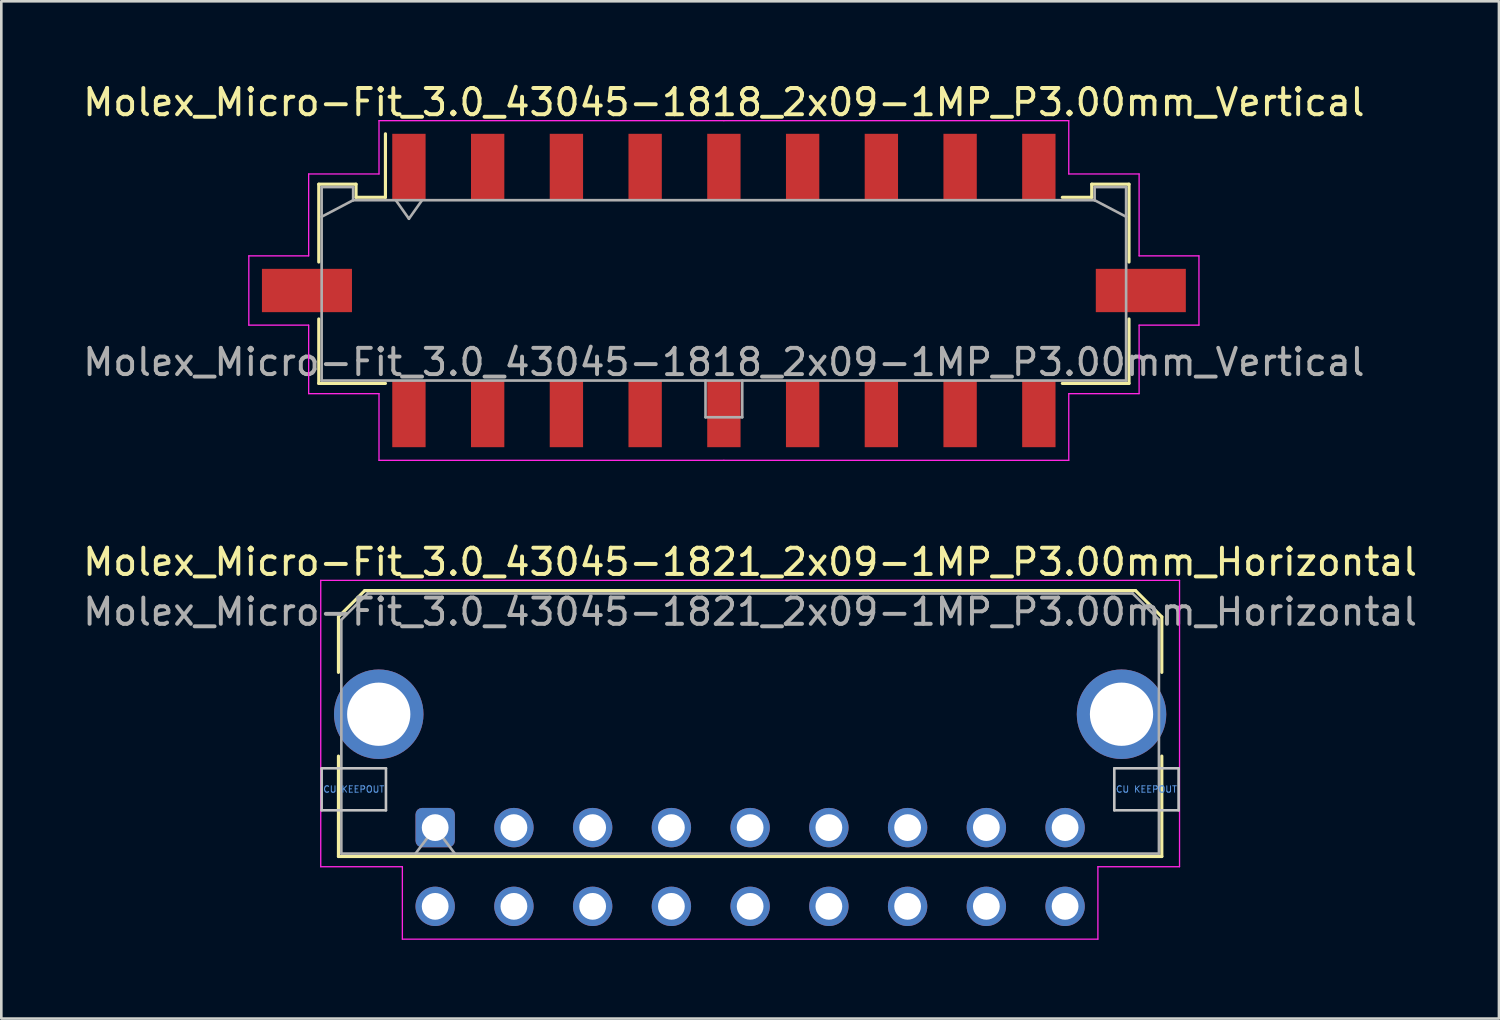
<source format=kicad_pcb>
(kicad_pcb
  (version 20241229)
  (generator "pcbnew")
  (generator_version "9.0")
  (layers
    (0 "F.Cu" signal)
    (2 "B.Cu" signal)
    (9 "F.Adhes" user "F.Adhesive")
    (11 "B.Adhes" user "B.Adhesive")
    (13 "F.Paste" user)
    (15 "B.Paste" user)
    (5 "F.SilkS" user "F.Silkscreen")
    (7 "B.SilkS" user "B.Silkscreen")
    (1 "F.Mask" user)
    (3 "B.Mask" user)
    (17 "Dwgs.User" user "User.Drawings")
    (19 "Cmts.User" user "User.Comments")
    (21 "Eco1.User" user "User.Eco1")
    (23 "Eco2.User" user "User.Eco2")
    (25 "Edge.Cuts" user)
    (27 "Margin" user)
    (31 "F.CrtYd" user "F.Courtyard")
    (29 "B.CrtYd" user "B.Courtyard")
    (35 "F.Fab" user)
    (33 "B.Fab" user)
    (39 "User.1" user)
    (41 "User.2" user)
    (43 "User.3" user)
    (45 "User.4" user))
  (footprint "Molex_Micro-Fit_3.0_43045-1818_2x09-1MP_P3.00mm_Vertical"
    (layer "F.Cu")
    (at 24.53 8.018)
    (property "Reference" "Molex_Micro-Fit_3.0_43045-1818_2x09-1MP_P3.00mm_Vertical" (at 0 -7.17 0) (layer "F.SilkS") (effects (font (size 1 1) (thickness 0.15))))
    (attr smd)
    (fp_line (start -15.435 -4.05) (end -14.015 -4.05) (stroke (width 0.12) (type solid)) (layer "F.SilkS"))
    (fp_line (start -15.435 -1.085) (end -15.435 -4.05) (stroke (width 0.12) (type solid)) (layer "F.SilkS"))
    (fp_line (start -15.435 1.085) (end -15.435 3.54) (stroke (width 0.12) (type solid)) (layer "F.SilkS"))
    (fp_line (start -15.435 3.54) (end -12.895 3.54) (stroke (width 0.12) (type solid)) (layer "F.SilkS"))
    (fp_line (start -14.015 -4.05) (end -14.015 -3.55) (stroke (width 0.12) (type solid)) (layer "F.SilkS"))
    (fp_line (start -14.015 -3.55) (end -12.895 -3.55) (stroke (width 0.12) (type solid)) (layer "F.SilkS"))
    (fp_line (start -12.895 -3.55) (end -12.895 -5.97) (stroke (width 0.12) (type solid)) (layer "F.SilkS"))
    (fp_line (start 14.015 -4.05) (end 14.015 -3.55) (stroke (width 0.12) (type solid)) (layer "F.SilkS"))
    (fp_line (start 14.015 -3.55) (end 12.895 -3.55) (stroke (width 0.12) (type solid)) (layer "F.SilkS"))
    (fp_line (start 15.435 -4.05) (end 14.015 -4.05) (stroke (width 0.12) (type solid)) (layer "F.SilkS"))
    (fp_line (start 15.435 -1.085) (end 15.435 -4.05) (stroke (width 0.12) (type solid)) (layer "F.SilkS"))
    (fp_line (start 15.435 1.085) (end 15.435 3.54) (stroke (width 0.12) (type solid)) (layer "F.SilkS"))
    (fp_line (start 15.435 3.54) (end 12.895 3.54) (stroke (width 0.12) (type solid)) (layer "F.SilkS"))
    (fp_line (start -18.1 -1.32) (end -18.1 1.32) (stroke (width 0.05) (type solid)) (layer "F.CrtYd"))
    (fp_line (start -18.1 1.32) (end -15.82 1.32) (stroke (width 0.05) (type solid)) (layer "F.CrtYd"))
    (fp_line (start -15.82 -4.44) (end -15.82 -1.32) (stroke (width 0.05) (type solid)) (layer "F.CrtYd"))
    (fp_line (start -15.82 -1.32) (end -18.1 -1.32) (stroke (width 0.05) (type solid)) (layer "F.CrtYd"))
    (fp_line (start -15.82 1.32) (end -15.82 3.93) (stroke (width 0.05) (type solid)) (layer "F.CrtYd"))
    (fp_line (start -15.82 3.93) (end -13.14 3.93) (stroke (width 0.05) (type solid)) (layer "F.CrtYd"))
    (fp_line (start -13.14 -6.47) (end -13.14 -4.44) (stroke (width 0.05) (type solid)) (layer "F.CrtYd"))
    (fp_line (start -13.14 -4.44) (end -15.82 -4.44) (stroke (width 0.05) (type solid)) (layer "F.CrtYd"))
    (fp_line (start -13.14 3.93) (end -13.14 6.47) (stroke (width 0.05) (type solid)) (layer "F.CrtYd"))
    (fp_line (start -13.14 6.47) (end 0 6.47) (stroke (width 0.05) (type solid)) (layer "F.CrtYd"))
    (fp_line (start 0 -6.47) (end -13.14 -6.47) (stroke (width 0.05) (type solid)) (layer "F.CrtYd"))
    (fp_line (start 0 -6.47) (end 13.14 -6.47) (stroke (width 0.05) (type solid)) (layer "F.CrtYd"))
    (fp_line (start 13.14 -6.47) (end 13.14 -4.44) (stroke (width 0.05) (type solid)) (layer "F.CrtYd"))
    (fp_line (start 13.14 -4.44) (end 15.82 -4.44) (stroke (width 0.05) (type solid)) (layer "F.CrtYd"))
    (fp_line (start 13.14 3.93) (end 13.14 6.47) (stroke (width 0.05) (type solid)) (layer "F.CrtYd"))
    (fp_line (start 13.14 6.47) (end 0 6.47) (stroke (width 0.05) (type solid)) (layer "F.CrtYd"))
    (fp_line (start 15.82 -4.44) (end 15.82 -1.32) (stroke (width 0.05) (type solid)) (layer "F.CrtYd"))
    (fp_line (start 15.82 -1.32) (end 18.1 -1.32) (stroke (width 0.05) (type solid)) (layer "F.CrtYd"))
    (fp_line (start 15.82 1.32) (end 15.82 3.93) (stroke (width 0.05) (type solid)) (layer "F.CrtYd"))
    (fp_line (start 15.82 3.93) (end 13.14 3.93) (stroke (width 0.05) (type solid)) (layer "F.CrtYd"))
    (fp_line (start 18.1 -1.32) (end 18.1 1.32) (stroke (width 0.05) (type solid)) (layer "F.CrtYd"))
    (fp_line (start 18.1 1.32) (end 15.82 1.32) (stroke (width 0.05) (type solid)) (layer "F.CrtYd"))
    (fp_line (start -15.325 -3.94) (end -15.325 3.43) (stroke (width 0.1) (type solid)) (layer "F.Fab"))
    (fp_line (start -15.325 -2.81) (end -14.125 -3.44) (stroke (width 0.1) (type solid)) (layer "F.Fab"))
    (fp_line (start -15.325 3.43) (end 15.325 3.43) (stroke (width 0.1) (type solid)) (layer "F.Fab"))
    (fp_line (start -14.125 -3.94) (end -15.325 -3.94) (stroke (width 0.1) (type solid)) (layer "F.Fab"))
    (fp_line (start -14.125 -3.44) (end -14.125 -3.94) (stroke (width 0.1) (type solid)) (layer "F.Fab"))
    (fp_line (start -12.5 -3.44) (end -12 -2.733) (stroke (width 0.1) (type solid)) (layer "F.Fab"))
    (fp_line (start -12 -2.733) (end -11.5 -3.44) (stroke (width 0.1) (type solid)) (layer "F.Fab"))
    (fp_line (start -0.7 3.43) (end -0.7 4.83) (stroke (width 0.1) (type solid)) (layer "F.Fab"))
    (fp_line (start -0.7 4.83) (end 0.7 4.83) (stroke (width 0.1) (type solid)) (layer "F.Fab"))
    (fp_line (start 0.7 4.83) (end 0.7 3.43) (stroke (width 0.1) (type solid)) (layer "F.Fab"))
    (fp_line (start 14.125 -3.94) (end 14.125 -3.44) (stroke (width 0.1) (type solid)) (layer "F.Fab"))
    (fp_line (start 14.125 -3.44) (end -14.125 -3.44) (stroke (width 0.1) (type solid)) (layer "F.Fab"))
    (fp_line (start 15.325 -3.94) (end 14.125 -3.94) (stroke (width 0.1) (type solid)) (layer "F.Fab"))
    (fp_line (start 15.325 -2.81) (end 14.125 -3.44) (stroke (width 0.1) (type solid)) (layer "F.Fab"))
    (fp_line (start 15.325 3.43) (end 15.325 -3.94) (stroke (width 0.1) (type solid)) (layer "F.Fab"))
    (fp_text user "${REFERENCE}" (at 0 2.73 0) (layer "F.Fab") (effects (font (size 1 1) (thickness 0.15))))
    (pad "1" smd rect (at -12 -4.7) (size 1.27 2.54) (layers "F.Cu" "F.Mask" "F.Paste"))
    (pad "2" smd rect (at -9 -4.7) (size 1.27 2.54) (layers "F.Cu" "F.Mask" "F.Paste"))
    (pad "3" smd rect (at -6 -4.7) (size 1.27 2.54) (layers "F.Cu" "F.Mask" "F.Paste"))
    (pad "4" smd rect (at -3 -4.7) (size 1.27 2.54) (layers "F.Cu" "F.Mask" "F.Paste"))
    (pad "5" smd rect (at 0 -4.7) (size 1.27 2.54) (layers "F.Cu" "F.Mask" "F.Paste"))
    (pad "6" smd rect (at 3 -4.7) (size 1.27 2.54) (layers "F.Cu" "F.Mask" "F.Paste"))
    (pad "7" smd rect (at 6 -4.7) (size 1.27 2.54) (layers "F.Cu" "F.Mask" "F.Paste"))
    (pad "8" smd rect (at 9 -4.7) (size 1.27 2.54) (layers "F.Cu" "F.Mask" "F.Paste"))
    (pad "9" smd rect (at 12 -4.7) (size 1.27 2.54) (layers "F.Cu" "F.Mask" "F.Paste"))
    (pad "10" smd rect (at -12 4.7) (size 1.27 2.54) (layers "F.Cu" "F.Mask" "F.Paste"))
    (pad "11" smd rect (at -9 4.7) (size 1.27 2.54) (layers "F.Cu" "F.Mask" "F.Paste"))
    (pad "12" smd rect (at -6 4.7) (size 1.27 2.54) (layers "F.Cu" "F.Mask" "F.Paste"))
    (pad "13" smd rect (at -3 4.7) (size 1.27 2.54) (layers "F.Cu" "F.Mask" "F.Paste"))
    (pad "14" smd rect (at 0 4.7) (size 1.27 2.54) (layers "F.Cu" "F.Mask" "F.Paste"))
    (pad "15" smd rect (at 3 4.7) (size 1.27 2.54) (layers "F.Cu" "F.Mask" "F.Paste"))
    (pad "16" smd rect (at 6 4.7) (size 1.27 2.54) (layers "F.Cu" "F.Mask" "F.Paste"))
    (pad "17" smd rect (at 9 4.7) (size 1.27 2.54) (layers "F.Cu" "F.Mask" "F.Paste"))
    (pad "18" smd rect (at 12 4.7) (size 1.27 2.54) (layers "F.Cu" "F.Mask" "F.Paste"))
    (pad "MP" smd rect (at -15.885 0) (size 3.43 1.65) (layers "F.Cu" "F.Mask" "F.Paste"))
    (pad "MP" smd rect (at 15.885 0) (size 3.43 1.65) (layers "F.Cu" "F.Mask" "F.Paste")))
  (footprint "Molex_Micro-Fit_3.0_43045-1821_2x09-1MP_P3.00mm_Horizontal"
    (layer "F.Cu")
    (at 13.53 28.482)
    (property "Reference" "Molex_Micro-Fit_3.0_43045-1821_2x09-1MP_P3.00mm_Horizontal" (at 12 -10.12 0) (layer "F.SilkS") (effects (font (size 1 1) (thickness 0.15))))
    (attr through_hole)
    (fp_line (start -3.685 -8.03) (end -2.685 -9.03) (stroke (width 0.12) (type solid)) (layer "F.SilkS"))
    (fp_line (start -3.685 -5.915) (end -3.685 -8.03) (stroke (width 0.12) (type solid)) (layer "F.SilkS"))
    (fp_line (start -3.685 -2.725) (end -3.685 1.1) (stroke (width 0.12) (type solid)) (layer "F.SilkS"))
    (fp_line (start -3.685 1.1) (end 27.685 1.1) (stroke (width 0.12) (type solid)) (layer "F.SilkS"))
    (fp_line (start -2.685 -9.03) (end 26.685 -9.03) (stroke (width 0.12) (type solid)) (layer "F.SilkS"))
    (fp_line (start 26.685 -9.03) (end 27.685 -8.03) (stroke (width 0.12) (type solid)) (layer "F.SilkS"))
    (fp_line (start 27.685 -8.03) (end 27.685 -5.915) (stroke (width 0.12) (type solid)) (layer "F.SilkS"))
    (fp_line (start 27.685 1.1) (end 27.685 -2.725) (stroke (width 0.12) (type solid)) (layer "F.SilkS"))
    (fp_line (start -4.325 -2.26) (end -4.325 -0.66) (stroke (width 0.1) (type solid)) (layer "Dwgs.User"))
    (fp_line (start -4.325 -0.66) (end -1.875 -0.66) (stroke (width 0.1) (type solid)) (layer "Dwgs.User"))
    (fp_line (start -1.875 -2.26) (end -4.325 -2.26) (stroke (width 0.1) (type solid)) (layer "Dwgs.User"))
    (fp_line (start -1.875 -0.66) (end -1.875 -2.26) (stroke (width 0.1) (type solid)) (layer "Dwgs.User"))
    (fp_line (start 25.875 -2.26) (end 25.875 -0.66) (stroke (width 0.1) (type solid)) (layer "Dwgs.User"))
    (fp_line (start 25.875 -0.66) (end 28.325 -0.66) (stroke (width 0.1) (type solid)) (layer "Dwgs.User"))
    (fp_line (start 28.325 -2.26) (end 25.875 -2.26) (stroke (width 0.1) (type solid)) (layer "Dwgs.User"))
    (fp_line (start 28.325 -0.66) (end 28.325 -2.26) (stroke (width 0.1) (type solid)) (layer "Dwgs.User"))
    (fp_line (start -4.36 -9.42) (end 28.36 -9.42) (stroke (width 0.05) (type solid)) (layer "F.CrtYd"))
    (fp_line (start -4.36 1.49) (end -4.36 -9.42) (stroke (width 0.05) (type solid)) (layer "F.CrtYd"))
    (fp_line (start -1.25 1.49) (end -4.36 1.49) (stroke (width 0.05) (type solid)) (layer "F.CrtYd"))
    (fp_line (start -1.25 4.25) (end -1.25 1.49) (stroke (width 0.05) (type solid)) (layer "F.CrtYd"))
    (fp_line (start 25.25 1.49) (end 25.25 4.25) (stroke (width 0.05) (type solid)) (layer "F.CrtYd"))
    (fp_line (start 25.25 4.25) (end -1.25 4.25) (stroke (width 0.05) (type solid)) (layer "F.CrtYd"))
    (fp_line (start 28.36 -9.42) (end 28.36 1.49) (stroke (width 0.05) (type solid)) (layer "F.CrtYd"))
    (fp_line (start 28.36 1.49) (end 25.25 1.49) (stroke (width 0.05) (type solid)) (layer "F.CrtYd"))
    (fp_line (start -3.575 -7.92) (end -2.575 -8.92) (stroke (width 0.1) (type solid)) (layer "F.Fab"))
    (fp_line (start -3.575 0.99) (end -3.575 -7.92) (stroke (width 0.1) (type solid)) (layer "F.Fab"))
    (fp_line (start -2.575 -8.92) (end 26.575 -8.92) (stroke (width 0.1) (type solid)) (layer "F.Fab"))
    (fp_line (start -0.75 0.99) (end 0 0) (stroke (width 0.1) (type solid)) (layer "F.Fab"))
    (fp_line (start 0 0) (end 0.75 0.99) (stroke (width 0.1) (type solid)) (layer "F.Fab"))
    (fp_line (start 26.575 -8.92) (end 27.575 -7.92) (stroke (width 0.1) (type solid)) (layer "F.Fab"))
    (fp_line (start 27.575 -7.92) (end 27.575 0.99) (stroke (width 0.1) (type solid)) (layer "F.Fab"))
    (fp_line (start 27.575 0.99) (end -3.575 0.99) (stroke (width 0.1) (type solid)) (layer "F.Fab"))
    (fp_text user "CU KEEPOUT" (at 27.1 -1.46 0) (layer "Cmts.User") (effects (font (size 0.245 0.245) (thickness 0.037))))
    (fp_text user "CU KEEPOUT" (at -3.1 -1.46 0) (layer "Cmts.User") (effects (font (size 0.245 0.245) (thickness 0.037))))
    (fp_text user "${REFERENCE}" (at 12 -8.22 0) (layer "F.Fab") (effects (font (size 1 1) (thickness 0.15))))
    (pad "1" thru_hole roundrect (at 0 0) (size 1.5 1.5) (drill 1.02) (layers "*.Cu" "*.Mask") (roundrect_rratio 0.167))
    (pad "2" thru_hole circle (at 3 0) (size 1.5 1.5) (drill 1.02) (layers "*.Cu" "*.Mask"))
    (pad "3" thru_hole circle (at 6 0) (size 1.5 1.5) (drill 1.02) (layers "*.Cu" "*.Mask"))
    (pad "4" thru_hole circle (at 9 0) (size 1.5 1.5) (drill 1.02) (layers "*.Cu" "*.Mask"))
    (pad "5" thru_hole circle (at 12 0) (size 1.5 1.5) (drill 1.02) (layers "*.Cu" "*.Mask"))
    (pad "6" thru_hole circle (at 15 0) (size 1.5 1.5) (drill 1.02) (layers "*.Cu" "*.Mask"))
    (pad "7" thru_hole circle (at 18 0) (size 1.5 1.5) (drill 1.02) (layers "*.Cu" "*.Mask"))
    (pad "8" thru_hole circle (at 21 0) (size 1.5 1.5) (drill 1.02) (layers "*.Cu" "*.Mask"))
    (pad "9" thru_hole circle (at 24 0) (size 1.5 1.5) (drill 1.02) (layers "*.Cu" "*.Mask"))
    (pad "10" thru_hole circle (at 0 3) (size 1.5 1.5) (drill 1.02) (layers "*.Cu" "*.Mask"))
    (pad "11" thru_hole circle (at 3 3) (size 1.5 1.5) (drill 1.02) (layers "*.Cu" "*.Mask"))
    (pad "12" thru_hole circle (at 6 3) (size 1.5 1.5) (drill 1.02) (layers "*.Cu" "*.Mask"))
    (pad "13" thru_hole circle (at 9 3) (size 1.5 1.5) (drill 1.02) (layers "*.Cu" "*.Mask"))
    (pad "14" thru_hole circle (at 12 3) (size 1.5 1.5) (drill 1.02) (layers "*.Cu" "*.Mask"))
    (pad "15" thru_hole circle (at 15 3) (size 1.5 1.5) (drill 1.02) (layers "*.Cu" "*.Mask"))
    (pad "16" thru_hole circle (at 18 3) (size 1.5 1.5) (drill 1.02) (layers "*.Cu" "*.Mask"))
    (pad "17" thru_hole circle (at 21 3) (size 1.5 1.5) (drill 1.02) (layers "*.Cu" "*.Mask"))
    (pad "18" thru_hole circle (at 24 3) (size 1.5 1.5) (drill 1.02) (layers "*.Cu" "*.Mask"))
    (pad "MP" thru_hole circle (at -2.15 -4.32) (size 3.41 3.41) (drill 2.41) (layers "*.Cu" "*.Mask"))
    (pad "MP" thru_hole circle (at 26.15 -4.32) (size 3.41 3.41) (drill 2.41) (layers "*.Cu" "*.Mask")))
  (gr_rect
    (start -3 -3)
    (end 54.06 35.757)
    (stroke (width 0.1) (type default))
    (fill no)
    (layer "Edge.Cuts")))
</source>
